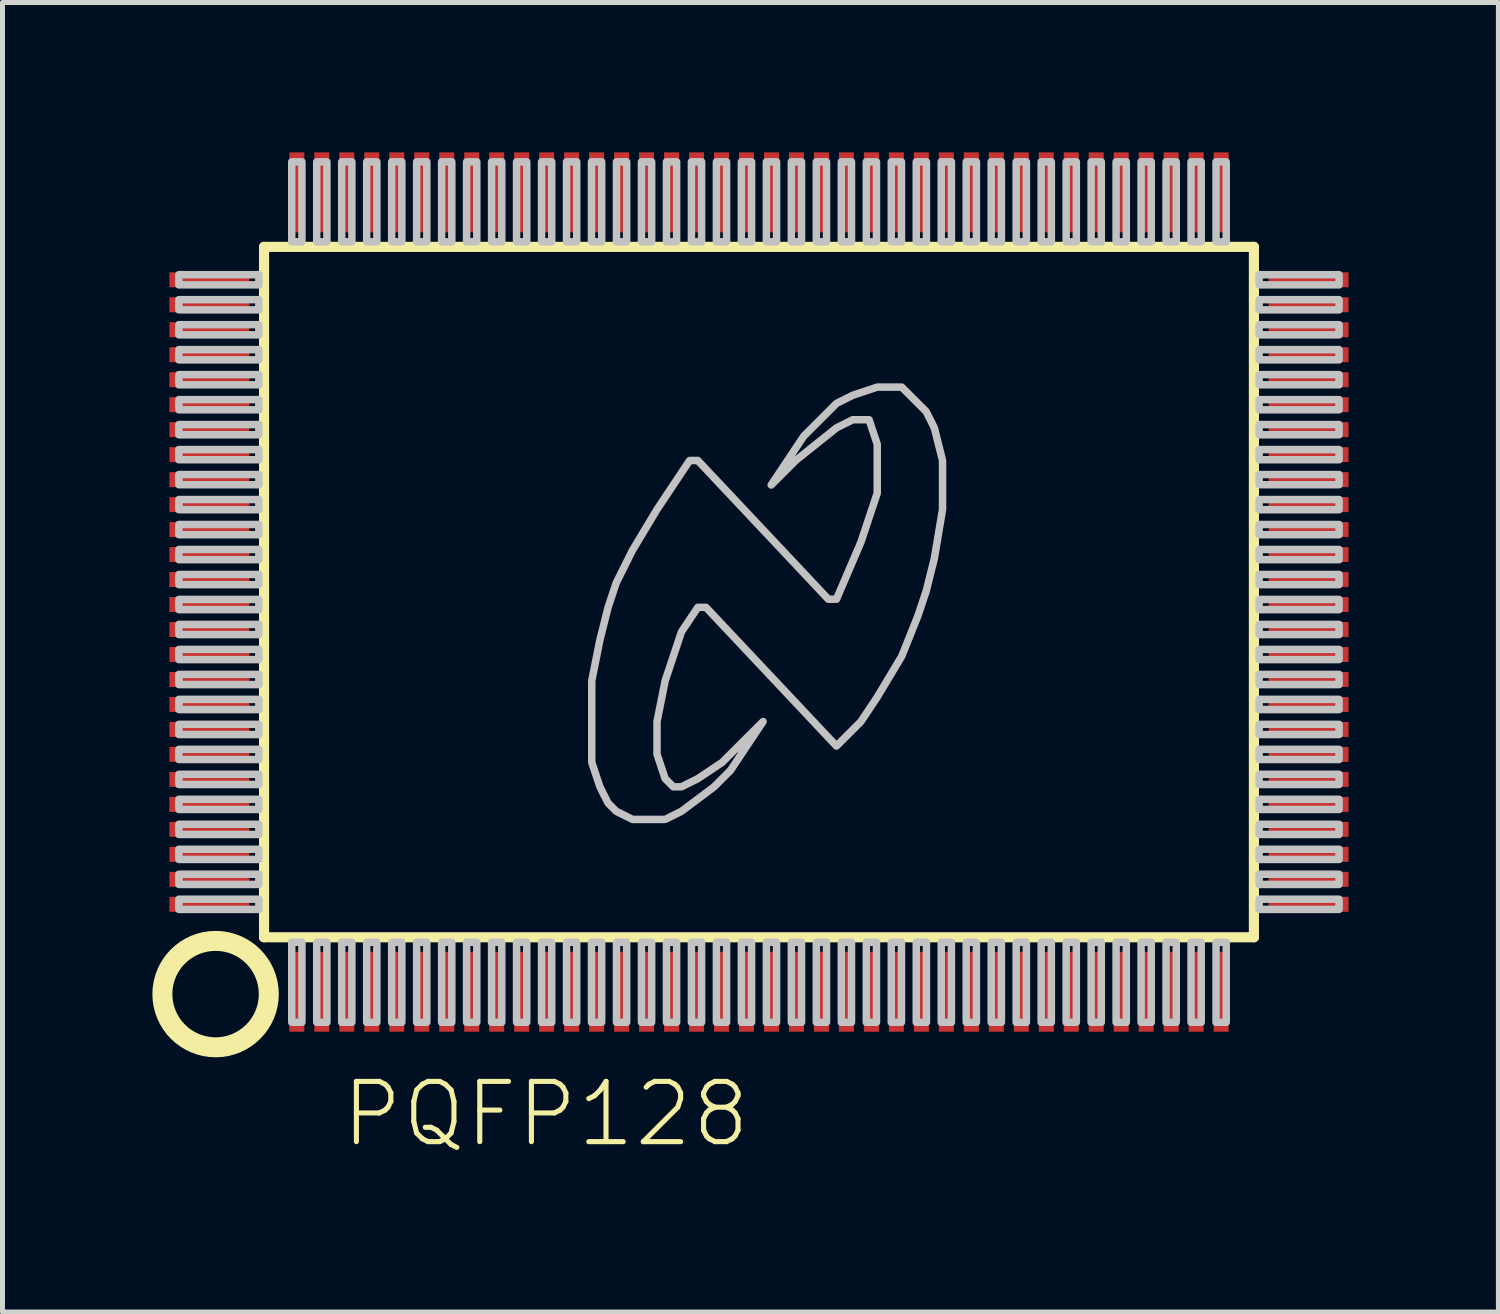
<source format=kicad_pcb>
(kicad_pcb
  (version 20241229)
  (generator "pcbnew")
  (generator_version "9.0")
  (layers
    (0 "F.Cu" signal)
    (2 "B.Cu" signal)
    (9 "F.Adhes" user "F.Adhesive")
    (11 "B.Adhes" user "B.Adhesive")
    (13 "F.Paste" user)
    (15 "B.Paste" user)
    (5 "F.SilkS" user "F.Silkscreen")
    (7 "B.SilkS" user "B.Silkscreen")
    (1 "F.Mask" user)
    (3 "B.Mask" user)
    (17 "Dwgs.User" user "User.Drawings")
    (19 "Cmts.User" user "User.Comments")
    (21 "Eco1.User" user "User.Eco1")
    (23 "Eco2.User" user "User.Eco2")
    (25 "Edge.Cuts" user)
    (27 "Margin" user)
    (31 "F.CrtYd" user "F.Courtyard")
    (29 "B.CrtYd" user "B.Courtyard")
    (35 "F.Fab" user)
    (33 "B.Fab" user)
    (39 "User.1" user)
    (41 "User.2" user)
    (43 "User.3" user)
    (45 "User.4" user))
  (footprint "PQFP128"
    (layer "F.Cu")
    (at 12.141 8.8)
    (property "Reference" "PQFP128" (at -8.412 11.153 0) (layer "F.SilkS") (effects (font (size 1.206 1.206) (thickness 0.102)) (justify left bottom)))
    (attr through_hole)
    (fp_line (start -9.906 -6.909) (end -9.906 6.909) (stroke (width 0.203) (type solid)) (layer "F.SilkS"))
    (fp_line (start -9.906 6.909) (end 9.906 6.909) (stroke (width 0.203) (type solid)) (layer "F.SilkS"))
    (fp_line (start 9.906 -6.909) (end -9.906 -6.909) (stroke (width 0.203) (type solid)) (layer "F.SilkS"))
    (fp_line (start 9.906 6.909) (end 9.906 -6.909) (stroke (width 0.203) (type solid)) (layer "F.SilkS"))
    (fp_circle (center -10.876 8.047) (end -9.87 8.397) (stroke (width 0.4) (type solid)) (fill no) (layer "F.SilkS"))
    (fp_poly (pts (xy -11.611 -6.148) (xy -10.01 -6.148) (xy -10.01 -6.352) (xy -11.611 -6.352)) (stroke (width 0.15) (type solid)) (fill no) (layer "Dwgs.User"))
    (fp_poly (pts (xy -11.611 -5.648) (xy -10.01 -5.648) (xy -10.01 -5.852) (xy -11.611 -5.852)) (stroke (width 0.15) (type solid)) (fill no) (layer "Dwgs.User"))
    (fp_poly (pts (xy -11.611 -5.148) (xy -10.01 -5.148) (xy -10.01 -5.352) (xy -11.611 -5.352)) (stroke (width 0.15) (type solid)) (fill no) (layer "Dwgs.User"))
    (fp_poly (pts (xy -11.611 -4.648) (xy -10.01 -4.648) (xy -10.01 -4.852) (xy -11.611 -4.852)) (stroke (width 0.15) (type solid)) (fill no) (layer "Dwgs.User"))
    (fp_poly (pts (xy -11.611 -4.148) (xy -10.01 -4.148) (xy -10.01 -4.352) (xy -11.611 -4.352)) (stroke (width 0.15) (type solid)) (fill no) (layer "Dwgs.User"))
    (fp_poly (pts (xy -11.611 -3.648) (xy -10.01 -3.648) (xy -10.01 -3.852) (xy -11.611 -3.852)) (stroke (width 0.15) (type solid)) (fill no) (layer "Dwgs.User"))
    (fp_poly (pts (xy -11.611 -3.148) (xy -10.01 -3.148) (xy -10.01 -3.352) (xy -11.611 -3.352)) (stroke (width 0.15) (type solid)) (fill no) (layer "Dwgs.User"))
    (fp_poly (pts (xy -11.611 -2.648) (xy -10.01 -2.648) (xy -10.01 -2.852) (xy -11.611 -2.852)) (stroke (width 0.15) (type solid)) (fill no) (layer "Dwgs.User"))
    (fp_poly (pts (xy -11.611 -2.148) (xy -10.01 -2.148) (xy -10.01 -2.352) (xy -11.611 -2.352)) (stroke (width 0.15) (type solid)) (fill no) (layer "Dwgs.User"))
    (fp_poly (pts (xy -11.611 -1.648) (xy -10.01 -1.648) (xy -10.01 -1.852) (xy -11.611 -1.852)) (stroke (width 0.15) (type solid)) (fill no) (layer "Dwgs.User"))
    (fp_poly (pts (xy -11.611 -1.148) (xy -10.01 -1.148) (xy -10.01 -1.352) (xy -11.611 -1.352)) (stroke (width 0.15) (type solid)) (fill no) (layer "Dwgs.User"))
    (fp_poly (pts (xy -11.611 -0.648) (xy -10.01 -0.648) (xy -10.01 -0.852) (xy -11.611 -0.852)) (stroke (width 0.15) (type solid)) (fill no) (layer "Dwgs.User"))
    (fp_poly (pts (xy -11.611 -0.148) (xy -10.01 -0.148) (xy -10.01 -0.352) (xy -11.611 -0.352)) (stroke (width 0.15) (type solid)) (fill no) (layer "Dwgs.User"))
    (fp_poly (pts (xy -11.611 0.352) (xy -10.01 0.352) (xy -10.01 0.148) (xy -11.611 0.148)) (stroke (width 0.15) (type solid)) (fill no) (layer "Dwgs.User"))
    (fp_poly (pts (xy -11.611 0.852) (xy -10.01 0.852) (xy -10.01 0.648) (xy -11.611 0.648)) (stroke (width 0.15) (type solid)) (fill no) (layer "Dwgs.User"))
    (fp_poly (pts (xy -11.611 1.352) (xy -10.01 1.352) (xy -10.01 1.148) (xy -11.611 1.148)) (stroke (width 0.15) (type solid)) (fill no) (layer "Dwgs.User"))
    (fp_poly (pts (xy -11.611 1.852) (xy -10.01 1.852) (xy -10.01 1.648) (xy -11.611 1.648)) (stroke (width 0.15) (type solid)) (fill no) (layer "Dwgs.User"))
    (fp_poly (pts (xy -11.611 2.352) (xy -10.01 2.352) (xy -10.01 2.148) (xy -11.611 2.148)) (stroke (width 0.15) (type solid)) (fill no) (layer "Dwgs.User"))
    (fp_poly (pts (xy -11.611 2.852) (xy -10.01 2.852) (xy -10.01 2.648) (xy -11.611 2.648)) (stroke (width 0.15) (type solid)) (fill no) (layer "Dwgs.User"))
    (fp_poly (pts (xy -11.611 3.352) (xy -10.01 3.352) (xy -10.01 3.148) (xy -11.611 3.148)) (stroke (width 0.15) (type solid)) (fill no) (layer "Dwgs.User"))
    (fp_poly (pts (xy -11.611 3.852) (xy -10.01 3.852) (xy -10.01 3.648) (xy -11.611 3.648)) (stroke (width 0.15) (type solid)) (fill no) (layer "Dwgs.User"))
    (fp_poly (pts (xy -11.611 4.352) (xy -10.01 4.352) (xy -10.01 4.148) (xy -11.611 4.148)) (stroke (width 0.15) (type solid)) (fill no) (layer "Dwgs.User"))
    (fp_poly (pts (xy -11.611 4.852) (xy -10.01 4.852) (xy -10.01 4.648) (xy -11.611 4.648)) (stroke (width 0.15) (type solid)) (fill no) (layer "Dwgs.User"))
    (fp_poly (pts (xy -11.611 5.352) (xy -10.01 5.352) (xy -10.01 5.148) (xy -11.611 5.148)) (stroke (width 0.15) (type solid)) (fill no) (layer "Dwgs.User"))
    (fp_poly (pts (xy -11.611 5.852) (xy -10.01 5.852) (xy -10.01 5.648) (xy -11.611 5.648)) (stroke (width 0.15) (type solid)) (fill no) (layer "Dwgs.User"))
    (fp_poly (pts (xy -11.611 6.352) (xy -10.01 6.352) (xy -10.01 6.148) (xy -11.611 6.148)) (stroke (width 0.15) (type solid)) (fill no) (layer "Dwgs.User"))
    (fp_poly (pts (xy -9.352 -7.01) (xy -9.148 -7.01) (xy -9.148 -8.611) (xy -9.352 -8.611)) (stroke (width 0.15) (type solid)) (fill no) (layer "Dwgs.User"))
    (fp_poly (pts (xy -9.352 8.611) (xy -9.148 8.611) (xy -9.148 7.01) (xy -9.352 7.01)) (stroke (width 0.15) (type solid)) (fill no) (layer "Dwgs.User"))
    (fp_poly (pts (xy -8.852 -7.01) (xy -8.648 -7.01) (xy -8.648 -8.611) (xy -8.852 -8.611)) (stroke (width 0.15) (type solid)) (fill no) (layer "Dwgs.User"))
    (fp_poly (pts (xy -8.852 8.611) (xy -8.648 8.611) (xy -8.648 7.01) (xy -8.852 7.01)) (stroke (width 0.15) (type solid)) (fill no) (layer "Dwgs.User"))
    (fp_poly (pts (xy -8.352 -7.01) (xy -8.148 -7.01) (xy -8.148 -8.611) (xy -8.352 -8.611)) (stroke (width 0.15) (type solid)) (fill no) (layer "Dwgs.User"))
    (fp_poly (pts (xy -8.352 8.611) (xy -8.148 8.611) (xy -8.148 7.01) (xy -8.352 7.01)) (stroke (width 0.15) (type solid)) (fill no) (layer "Dwgs.User"))
    (fp_poly (pts (xy -7.852 -7.01) (xy -7.648 -7.01) (xy -7.648 -8.611) (xy -7.852 -8.611)) (stroke (width 0.15) (type solid)) (fill no) (layer "Dwgs.User"))
    (fp_poly (pts (xy -7.852 8.611) (xy -7.648 8.611) (xy -7.648 7.01) (xy -7.852 7.01)) (stroke (width 0.15) (type solid)) (fill no) (layer "Dwgs.User"))
    (fp_poly (pts (xy -7.352 -7.01) (xy -7.148 -7.01) (xy -7.148 -8.611) (xy -7.352 -8.611)) (stroke (width 0.15) (type solid)) (fill no) (layer "Dwgs.User"))
    (fp_poly (pts (xy -7.352 8.611) (xy -7.148 8.611) (xy -7.148 7.01) (xy -7.352 7.01)) (stroke (width 0.15) (type solid)) (fill no) (layer "Dwgs.User"))
    (fp_poly (pts (xy -6.852 -7.01) (xy -6.648 -7.01) (xy -6.648 -8.611) (xy -6.852 -8.611)) (stroke (width 0.15) (type solid)) (fill no) (layer "Dwgs.User"))
    (fp_poly (pts (xy -6.852 8.611) (xy -6.648 8.611) (xy -6.648 7.01) (xy -6.852 7.01)) (stroke (width 0.15) (type solid)) (fill no) (layer "Dwgs.User"))
    (fp_poly (pts (xy -6.352 -7.01) (xy -6.148 -7.01) (xy -6.148 -8.611) (xy -6.352 -8.611)) (stroke (width 0.15) (type solid)) (fill no) (layer "Dwgs.User"))
    (fp_poly (pts (xy -6.352 8.611) (xy -6.148 8.611) (xy -6.148 7.01) (xy -6.352 7.01)) (stroke (width 0.15) (type solid)) (fill no) (layer "Dwgs.User"))
    (fp_poly (pts (xy -5.852 -7.01) (xy -5.648 -7.01) (xy -5.648 -8.611) (xy -5.852 -8.611)) (stroke (width 0.15) (type solid)) (fill no) (layer "Dwgs.User"))
    (fp_poly (pts (xy -5.852 8.611) (xy -5.648 8.611) (xy -5.648 7.01) (xy -5.852 7.01)) (stroke (width 0.15) (type solid)) (fill no) (layer "Dwgs.User"))
    (fp_poly (pts (xy -5.352 -7.01) (xy -5.148 -7.01) (xy -5.148 -8.611) (xy -5.352 -8.611)) (stroke (width 0.15) (type solid)) (fill no) (layer "Dwgs.User"))
    (fp_poly (pts (xy -5.352 8.611) (xy -5.148 8.611) (xy -5.148 7.01) (xy -5.352 7.01)) (stroke (width 0.15) (type solid)) (fill no) (layer "Dwgs.User"))
    (fp_poly (pts (xy -4.852 -7.01) (xy -4.648 -7.01) (xy -4.648 -8.611) (xy -4.852 -8.611)) (stroke (width 0.15) (type solid)) (fill no) (layer "Dwgs.User"))
    (fp_poly (pts (xy -4.852 8.611) (xy -4.648 8.611) (xy -4.648 7.01) (xy -4.852 7.01)) (stroke (width 0.15) (type solid)) (fill no) (layer "Dwgs.User"))
    (fp_poly (pts (xy -4.352 -7.01) (xy -4.148 -7.01) (xy -4.148 -8.611) (xy -4.352 -8.611)) (stroke (width 0.15) (type solid)) (fill no) (layer "Dwgs.User"))
    (fp_poly (pts (xy -4.352 8.611) (xy -4.148 8.611) (xy -4.148 7.01) (xy -4.352 7.01)) (stroke (width 0.15) (type solid)) (fill no) (layer "Dwgs.User"))
    (fp_poly (pts (xy -3.852 -7.01) (xy -3.648 -7.01) (xy -3.648 -8.611) (xy -3.852 -8.611)) (stroke (width 0.15) (type solid)) (fill no) (layer "Dwgs.User"))
    (fp_poly (pts (xy -3.852 8.611) (xy -3.648 8.611) (xy -3.648 7.01) (xy -3.852 7.01)) (stroke (width 0.15) (type solid)) (fill no) (layer "Dwgs.User"))
    (fp_poly (pts (xy -3.352 -7.01) (xy -3.148 -7.01) (xy -3.148 -8.611) (xy -3.352 -8.611)) (stroke (width 0.15) (type solid)) (fill no) (layer "Dwgs.User"))
    (fp_poly (pts (xy -3.352 8.611) (xy -3.148 8.611) (xy -3.148 7.01) (xy -3.352 7.01)) (stroke (width 0.15) (type solid)) (fill no) (layer "Dwgs.User"))
    (fp_poly (pts (xy -2.852 -7.01) (xy -2.648 -7.01) (xy -2.648 -8.611) (xy -2.852 -8.611)) (stroke (width 0.15) (type solid)) (fill no) (layer "Dwgs.User"))
    (fp_poly (pts (xy -2.852 8.611) (xy -2.648 8.611) (xy -2.648 7.01) (xy -2.852 7.01)) (stroke (width 0.15) (type solid)) (fill no) (layer "Dwgs.User"))
    (fp_poly (pts (xy -2.352 -7.01) (xy -2.148 -7.01) (xy -2.148 -8.611) (xy -2.352 -8.611)) (stroke (width 0.15) (type solid)) (fill no) (layer "Dwgs.User"))
    (fp_poly (pts (xy -2.352 8.611) (xy -2.148 8.611) (xy -2.148 7.01) (xy -2.352 7.01)) (stroke (width 0.15) (type solid)) (fill no) (layer "Dwgs.User"))
    (fp_poly (pts (xy -1.852 -7.01) (xy -1.648 -7.01) (xy -1.648 -8.611) (xy -1.852 -8.611)) (stroke (width 0.15) (type solid)) (fill no) (layer "Dwgs.User"))
    (fp_poly (pts (xy -1.852 8.611) (xy -1.648 8.611) (xy -1.648 7.01) (xy -1.852 7.01)) (stroke (width 0.15) (type solid)) (fill no) (layer "Dwgs.User"))
    (fp_poly (pts (xy -1.352 -7.01) (xy -1.148 -7.01) (xy -1.148 -8.611) (xy -1.352 -8.611)) (stroke (width 0.15) (type solid)) (fill no) (layer "Dwgs.User"))
    (fp_poly (pts (xy -1.352 8.611) (xy -1.148 8.611) (xy -1.148 7.01) (xy -1.352 7.01)) (stroke (width 0.15) (type solid)) (fill no) (layer "Dwgs.User"))
    (fp_poly (pts (xy -0.852 -7.01) (xy -0.648 -7.01) (xy -0.648 -8.611) (xy -0.852 -8.611)) (stroke (width 0.15) (type solid)) (fill no) (layer "Dwgs.User"))
    (fp_poly (pts (xy -0.852 8.611) (xy -0.648 8.611) (xy -0.648 7.01) (xy -0.852 7.01)) (stroke (width 0.15) (type solid)) (fill no) (layer "Dwgs.User"))
    (fp_poly (pts (xy -0.352 -7.01) (xy -0.148 -7.01) (xy -0.148 -8.611) (xy -0.352 -8.611)) (stroke (width 0.15) (type solid)) (fill no) (layer "Dwgs.User"))
    (fp_poly (pts (xy -0.352 8.611) (xy -0.148 8.611) (xy -0.148 7.01) (xy -0.352 7.01)) (stroke (width 0.15) (type solid)) (fill no) (layer "Dwgs.User"))
    (fp_poly (pts (xy 0.148 -7.01) (xy 0.352 -7.01) (xy 0.352 -8.611) (xy 0.148 -8.611)) (stroke (width 0.15) (type solid)) (fill no) (layer "Dwgs.User"))
    (fp_poly (pts (xy 0.148 8.611) (xy 0.352 8.611) (xy 0.352 7.01) (xy 0.148 7.01)) (stroke (width 0.15) (type solid)) (fill no) (layer "Dwgs.User"))
    (fp_poly (pts (xy 0.648 -7.01) (xy 0.852 -7.01) (xy 0.852 -8.611) (xy 0.648 -8.611)) (stroke (width 0.15) (type solid)) (fill no) (layer "Dwgs.User"))
    (fp_poly (pts (xy 0.648 8.611) (xy 0.852 8.611) (xy 0.852 7.01) (xy 0.648 7.01)) (stroke (width 0.15) (type solid)) (fill no) (layer "Dwgs.User"))
    (fp_poly (pts (xy 1.148 -7.01) (xy 1.352 -7.01) (xy 1.352 -8.611) (xy 1.148 -8.611)) (stroke (width 0.15) (type solid)) (fill no) (layer "Dwgs.User"))
    (fp_poly (pts (xy 1.148 8.611) (xy 1.352 8.611) (xy 1.352 7.01) (xy 1.148 7.01)) (stroke (width 0.15) (type solid)) (fill no) (layer "Dwgs.User"))
    (fp_poly (pts (xy 1.648 -7.01) (xy 1.852 -7.01) (xy 1.852 -8.611) (xy 1.648 -8.611)) (stroke (width 0.15) (type solid)) (fill no) (layer "Dwgs.User"))
    (fp_poly (pts (xy 1.648 8.611) (xy 1.852 8.611) (xy 1.852 7.01) (xy 1.648 7.01)) (stroke (width 0.15) (type solid)) (fill no) (layer "Dwgs.User"))
    (fp_poly (pts (xy 2.148 -7.01) (xy 2.352 -7.01) (xy 2.352 -8.611) (xy 2.148 -8.611)) (stroke (width 0.15) (type solid)) (fill no) (layer "Dwgs.User"))
    (fp_poly (pts (xy 2.148 8.611) (xy 2.352 8.611) (xy 2.352 7.01) (xy 2.148 7.01)) (stroke (width 0.15) (type solid)) (fill no) (layer "Dwgs.User"))
    (fp_poly (pts (xy 2.648 -7.01) (xy 2.852 -7.01) (xy 2.852 -8.611) (xy 2.648 -8.611)) (stroke (width 0.15) (type solid)) (fill no) (layer "Dwgs.User"))
    (fp_poly (pts (xy 2.648 8.611) (xy 2.852 8.611) (xy 2.852 7.01) (xy 2.648 7.01)) (stroke (width 0.15) (type solid)) (fill no) (layer "Dwgs.User"))
    (fp_poly (pts (xy 3.148 -7.01) (xy 3.352 -7.01) (xy 3.352 -8.611) (xy 3.148 -8.611)) (stroke (width 0.15) (type solid)) (fill no) (layer "Dwgs.User"))
    (fp_poly (pts (xy 3.148 8.611) (xy 3.352 8.611) (xy 3.352 7.01) (xy 3.148 7.01)) (stroke (width 0.15) (type solid)) (fill no) (layer "Dwgs.User"))
    (fp_poly (pts (xy 3.648 -7.01) (xy 3.852 -7.01) (xy 3.852 -8.611) (xy 3.648 -8.611)) (stroke (width 0.15) (type solid)) (fill no) (layer "Dwgs.User"))
    (fp_poly (pts (xy 3.648 8.611) (xy 3.852 8.611) (xy 3.852 7.01) (xy 3.648 7.01)) (stroke (width 0.15) (type solid)) (fill no) (layer "Dwgs.User"))
    (fp_poly (pts (xy 4.148 -7.01) (xy 4.352 -7.01) (xy 4.352 -8.611) (xy 4.148 -8.611)) (stroke (width 0.15) (type solid)) (fill no) (layer "Dwgs.User"))
    (fp_poly (pts (xy 4.148 8.611) (xy 4.352 8.611) (xy 4.352 7.01) (xy 4.148 7.01)) (stroke (width 0.15) (type solid)) (fill no) (layer "Dwgs.User"))
    (fp_poly (pts (xy 4.648 -7.01) (xy 4.852 -7.01) (xy 4.852 -8.611) (xy 4.648 -8.611)) (stroke (width 0.15) (type solid)) (fill no) (layer "Dwgs.User"))
    (fp_poly (pts (xy 4.648 8.611) (xy 4.852 8.611) (xy 4.852 7.01) (xy 4.648 7.01)) (stroke (width 0.15) (type solid)) (fill no) (layer "Dwgs.User"))
    (fp_poly (pts (xy 5.148 -7.01) (xy 5.352 -7.01) (xy 5.352 -8.611) (xy 5.148 -8.611)) (stroke (width 0.15) (type solid)) (fill no) (layer "Dwgs.User"))
    (fp_poly (pts (xy 5.148 8.611) (xy 5.352 8.611) (xy 5.352 7.01) (xy 5.148 7.01)) (stroke (width 0.15) (type solid)) (fill no) (layer "Dwgs.User"))
    (fp_poly (pts (xy 5.648 -7.01) (xy 5.852 -7.01) (xy 5.852 -8.611) (xy 5.648 -8.611)) (stroke (width 0.15) (type solid)) (fill no) (layer "Dwgs.User"))
    (fp_poly (pts (xy 5.648 8.611) (xy 5.852 8.611) (xy 5.852 7.01) (xy 5.648 7.01)) (stroke (width 0.15) (type solid)) (fill no) (layer "Dwgs.User"))
    (fp_poly (pts (xy 6.148 -7.01) (xy 6.352 -7.01) (xy 6.352 -8.611) (xy 6.148 -8.611)) (stroke (width 0.15) (type solid)) (fill no) (layer "Dwgs.User"))
    (fp_poly (pts (xy 6.148 8.611) (xy 6.352 8.611) (xy 6.352 7.01) (xy 6.148 7.01)) (stroke (width 0.15) (type solid)) (fill no) (layer "Dwgs.User"))
    (fp_poly (pts (xy 6.648 -7.01) (xy 6.852 -7.01) (xy 6.852 -8.611) (xy 6.648 -8.611)) (stroke (width 0.15) (type solid)) (fill no) (layer "Dwgs.User"))
    (fp_poly (pts (xy 6.648 8.611) (xy 6.852 8.611) (xy 6.852 7.01) (xy 6.648 7.01)) (stroke (width 0.15) (type solid)) (fill no) (layer "Dwgs.User"))
    (fp_poly (pts (xy 7.148 -7.01) (xy 7.352 -7.01) (xy 7.352 -8.611) (xy 7.148 -8.611)) (stroke (width 0.15) (type solid)) (fill no) (layer "Dwgs.User"))
    (fp_poly (pts (xy 7.148 8.611) (xy 7.352 8.611) (xy 7.352 7.01) (xy 7.148 7.01)) (stroke (width 0.15) (type solid)) (fill no) (layer "Dwgs.User"))
    (fp_poly (pts (xy 7.648 -7.01) (xy 7.852 -7.01) (xy 7.852 -8.611) (xy 7.648 -8.611)) (stroke (width 0.15) (type solid)) (fill no) (layer "Dwgs.User"))
    (fp_poly (pts (xy 7.648 8.611) (xy 7.852 8.611) (xy 7.852 7.01) (xy 7.648 7.01)) (stroke (width 0.15) (type solid)) (fill no) (layer "Dwgs.User"))
    (fp_poly (pts (xy 8.148 -7.01) (xy 8.352 -7.01) (xy 8.352 -8.611) (xy 8.148 -8.611)) (stroke (width 0.15) (type solid)) (fill no) (layer "Dwgs.User"))
    (fp_poly (pts (xy 8.148 8.611) (xy 8.352 8.611) (xy 8.352 7.01) (xy 8.148 7.01)) (stroke (width 0.15) (type solid)) (fill no) (layer "Dwgs.User"))
    (fp_poly (pts (xy 8.648 -7.01) (xy 8.852 -7.01) (xy 8.852 -8.611) (xy 8.648 -8.611)) (stroke (width 0.15) (type solid)) (fill no) (layer "Dwgs.User"))
    (fp_poly (pts (xy 8.648 8.611) (xy 8.852 8.611) (xy 8.852 7.01) (xy 8.648 7.01)) (stroke (width 0.15) (type solid)) (fill no) (layer "Dwgs.User"))
    (fp_poly (pts (xy 9.148 -7.01) (xy 9.352 -7.01) (xy 9.352 -8.611) (xy 9.148 -8.611)) (stroke (width 0.15) (type solid)) (fill no) (layer "Dwgs.User"))
    (fp_poly (pts (xy 9.148 8.611) (xy 9.352 8.611) (xy 9.352 7.01) (xy 9.148 7.01)) (stroke (width 0.15) (type solid)) (fill no) (layer "Dwgs.User"))
    (fp_poly (pts (xy 10.01 -6.148) (xy 11.611 -6.148) (xy 11.611 -6.352) (xy 10.01 -6.352)) (stroke (width 0.15) (type solid)) (fill no) (layer "Dwgs.User"))
    (fp_poly (pts (xy 10.01 -5.648) (xy 11.611 -5.648) (xy 11.611 -5.852) (xy 10.01 -5.852)) (stroke (width 0.15) (type solid)) (fill no) (layer "Dwgs.User"))
    (fp_poly (pts (xy 10.01 -5.148) (xy 11.611 -5.148) (xy 11.611 -5.352) (xy 10.01 -5.352)) (stroke (width 0.15) (type solid)) (fill no) (layer "Dwgs.User"))
    (fp_poly (pts (xy 10.01 -4.648) (xy 11.611 -4.648) (xy 11.611 -4.852) (xy 10.01 -4.852)) (stroke (width 0.15) (type solid)) (fill no) (layer "Dwgs.User"))
    (fp_poly (pts (xy 10.01 -4.148) (xy 11.611 -4.148) (xy 11.611 -4.352) (xy 10.01 -4.352)) (stroke (width 0.15) (type solid)) (fill no) (layer "Dwgs.User"))
    (fp_poly (pts (xy 10.01 -3.648) (xy 11.611 -3.648) (xy 11.611 -3.852) (xy 10.01 -3.852)) (stroke (width 0.15) (type solid)) (fill no) (layer "Dwgs.User"))
    (fp_poly (pts (xy 10.01 -3.148) (xy 11.611 -3.148) (xy 11.611 -3.352) (xy 10.01 -3.352)) (stroke (width 0.15) (type solid)) (fill no) (layer "Dwgs.User"))
    (fp_poly (pts (xy 10.01 -2.648) (xy 11.611 -2.648) (xy 11.611 -2.852) (xy 10.01 -2.852)) (stroke (width 0.15) (type solid)) (fill no) (layer "Dwgs.User"))
    (fp_poly (pts (xy 10.01 -2.148) (xy 11.611 -2.148) (xy 11.611 -2.352) (xy 10.01 -2.352)) (stroke (width 0.15) (type solid)) (fill no) (layer "Dwgs.User"))
    (fp_poly (pts (xy 10.01 -1.648) (xy 11.611 -1.648) (xy 11.611 -1.852) (xy 10.01 -1.852)) (stroke (width 0.15) (type solid)) (fill no) (layer "Dwgs.User"))
    (fp_poly (pts (xy 10.01 -1.148) (xy 11.611 -1.148) (xy 11.611 -1.352) (xy 10.01 -1.352)) (stroke (width 0.15) (type solid)) (fill no) (layer "Dwgs.User"))
    (fp_poly (pts (xy 10.01 -0.648) (xy 11.611 -0.648) (xy 11.611 -0.852) (xy 10.01 -0.852)) (stroke (width 0.15) (type solid)) (fill no) (layer "Dwgs.User"))
    (fp_poly (pts (xy 10.01 -0.148) (xy 11.611 -0.148) (xy 11.611 -0.352) (xy 10.01 -0.352)) (stroke (width 0.15) (type solid)) (fill no) (layer "Dwgs.User"))
    (fp_poly (pts (xy 10.01 0.352) (xy 11.611 0.352) (xy 11.611 0.148) (xy 10.01 0.148)) (stroke (width 0.15) (type solid)) (fill no) (layer "Dwgs.User"))
    (fp_poly (pts (xy 10.01 0.852) (xy 11.611 0.852) (xy 11.611 0.648) (xy 10.01 0.648)) (stroke (width 0.15) (type solid)) (fill no) (layer "Dwgs.User"))
    (fp_poly (pts (xy 10.01 1.352) (xy 11.611 1.352) (xy 11.611 1.148) (xy 10.01 1.148)) (stroke (width 0.15) (type solid)) (fill no) (layer "Dwgs.User"))
    (fp_poly (pts (xy 10.01 1.852) (xy 11.611 1.852) (xy 11.611 1.648) (xy 10.01 1.648)) (stroke (width 0.15) (type solid)) (fill no) (layer "Dwgs.User"))
    (fp_poly (pts (xy 10.01 2.352) (xy 11.611 2.352) (xy 11.611 2.148) (xy 10.01 2.148)) (stroke (width 0.15) (type solid)) (fill no) (layer "Dwgs.User"))
    (fp_poly (pts (xy 10.01 2.852) (xy 11.611 2.852) (xy 11.611 2.648) (xy 10.01 2.648)) (stroke (width 0.15) (type solid)) (fill no) (layer "Dwgs.User"))
    (fp_poly (pts (xy 10.01 3.352) (xy 11.611 3.352) (xy 11.611 3.148) (xy 10.01 3.148)) (stroke (width 0.15) (type solid)) (fill no) (layer "Dwgs.User"))
    (fp_poly (pts (xy 10.01 3.852) (xy 11.611 3.852) (xy 11.611 3.648) (xy 10.01 3.648)) (stroke (width 0.15) (type solid)) (fill no) (layer "Dwgs.User"))
    (fp_poly (pts (xy 10.01 4.352) (xy 11.611 4.352) (xy 11.611 4.148) (xy 10.01 4.148)) (stroke (width 0.15) (type solid)) (fill no) (layer "Dwgs.User"))
    (fp_poly (pts (xy 10.01 4.852) (xy 11.611 4.852) (xy 11.611 4.648) (xy 10.01 4.648)) (stroke (width 0.15) (type solid)) (fill no) (layer "Dwgs.User"))
    (fp_poly (pts (xy 10.01 5.352) (xy 11.611 5.352) (xy 11.611 5.148) (xy 10.01 5.148)) (stroke (width 0.15) (type solid)) (fill no) (layer "Dwgs.User"))
    (fp_poly (pts (xy 10.01 5.852) (xy 11.611 5.852) (xy 11.611 5.648) (xy 10.01 5.648)) (stroke (width 0.15) (type solid)) (fill no) (layer "Dwgs.User"))
    (fp_poly (pts (xy 10.01 6.352) (xy 11.611 6.352) (xy 11.611 6.148) (xy 10.01 6.148)) (stroke (width 0.15) (type solid)) (fill no) (layer "Dwgs.User"))
    (fp_poly (pts (xy 0.082 2.592) (xy -0.571 3.571) (xy -0.898 3.898) (xy -1.551 4.388) (xy -1.878 4.551) (xy -2.531 4.551) (xy -2.857 4.388) (xy -3.02 4.224) (xy -3.184 3.898) (xy -3.347 3.408) (xy -3.347 1.776) (xy -3.184 0.959) (xy -3.02 0.306) (xy -2.857 -0.184) (xy -2.531 -0.837) (xy -2.041 -1.653) (xy -1.388 -2.633) (xy -1.224 -2.633) (xy 1.388 0.143) (xy 1.551 0.143) (xy 2.041 -1) (xy 2.204 -1.49) (xy 2.367 -1.98) (xy 2.367 -2.959) (xy 2.204 -3.449) (xy 1.877 -3.449) (xy 1.551 -3.286) (xy 0.735 -2.633) (xy 0.245 -2.143) (xy 0.898 -3.122) (xy 1.388 -3.612) (xy 1.551 -3.776) (xy 1.877 -3.939) (xy 2.367 -4.102) (xy 2.857 -4.102) (xy 3.02 -3.939) (xy 3.347 -3.612) (xy 3.51 -3.286) (xy 3.674 -2.633) (xy 3.674 -1.653) (xy 3.51 -0.673) (xy 3.347 -0.02) (xy 3.184 0.469) (xy 2.857 1.286) (xy 2.367 2.102) (xy 2.041 2.592) (xy 1.551 3.082) (xy -1.061 0.306) (xy -1.224 0.306) (xy -1.551 0.796) (xy -1.878 1.776) (xy -2.041 2.592) (xy -2.041 3.245) (xy -1.878 3.735) (xy -1.714 3.898) (xy -1.551 3.898) (xy -1.224 3.735) (xy -0.735 3.408) (xy -0.245 2.918)) (stroke (width 0.15) (type solid)) (fill no) (layer "Dwgs.User"))
    (pad "1" smd rect (at -9.25 8) (size 0.3 1.6) (layers "F.Cu" "F.Mask" "F.Paste"))
    (pad "2" smd rect (at -8.75 8) (size 0.3 1.6) (layers "F.Cu" "F.Mask" "F.Paste"))
    (pad "3" smd rect (at -8.25 8) (size 0.3 1.6) (layers "F.Cu" "F.Mask" "F.Paste"))
    (pad "4" smd rect (at -7.75 8) (size 0.3 1.6) (layers "F.Cu" "F.Mask" "F.Paste"))
    (pad "5" smd rect (at -7.25 8) (size 0.3 1.6) (layers "F.Cu" "F.Mask" "F.Paste"))
    (pad "6" smd rect (at -6.75 8) (size 0.3 1.6) (layers "F.Cu" "F.Mask" "F.Paste"))
    (pad "7" smd rect (at -6.25 8) (size 0.3 1.6) (layers "F.Cu" "F.Mask" "F.Paste"))
    (pad "8" smd rect (at -5.75 8) (size 0.3 1.6) (layers "F.Cu" "F.Mask" "F.Paste"))
    (pad "9" smd rect (at -5.25 8) (size 0.3 1.6) (layers "F.Cu" "F.Mask" "F.Paste"))
    (pad "10" smd rect (at -4.75 8) (size 0.3 1.6) (layers "F.Cu" "F.Mask" "F.Paste"))
    (pad "11" smd rect (at -4.25 8) (size 0.3 1.6) (layers "F.Cu" "F.Mask" "F.Paste"))
    (pad "12" smd rect (at -3.75 8) (size 0.3 1.6) (layers "F.Cu" "F.Mask" "F.Paste"))
    (pad "13" smd rect (at -3.25 8) (size 0.3 1.6) (layers "F.Cu" "F.Mask" "F.Paste"))
    (pad "14" smd rect (at -2.75 8) (size 0.3 1.6) (layers "F.Cu" "F.Mask" "F.Paste"))
    (pad "15" smd rect (at -2.25 8) (size 0.3 1.6) (layers "F.Cu" "F.Mask" "F.Paste"))
    (pad "16" smd rect (at -1.75 8) (size 0.3 1.6) (layers "F.Cu" "F.Mask" "F.Paste"))
    (pad "17" smd rect (at -1.25 8) (size 0.3 1.6) (layers "F.Cu" "F.Mask" "F.Paste"))
    (pad "18" smd rect (at -0.75 8) (size 0.3 1.6) (layers "F.Cu" "F.Mask" "F.Paste"))
    (pad "19" smd rect (at -0.25 8) (size 0.3 1.6) (layers "F.Cu" "F.Mask" "F.Paste"))
    (pad "20" smd rect (at 0.25 8) (size 0.3 1.6) (layers "F.Cu" "F.Mask" "F.Paste"))
    (pad "21" smd rect (at 0.75 8) (size 0.3 1.6) (layers "F.Cu" "F.Mask" "F.Paste"))
    (pad "22" smd rect (at 1.25 8) (size 0.3 1.6) (layers "F.Cu" "F.Mask" "F.Paste"))
    (pad "23" smd rect (at 1.75 8) (size 0.3 1.6) (layers "F.Cu" "F.Mask" "F.Paste"))
    (pad "24" smd rect (at 2.25 8) (size 0.3 1.6) (layers "F.Cu" "F.Mask" "F.Paste"))
    (pad "25" smd rect (at 2.75 8) (size 0.3 1.6) (layers "F.Cu" "F.Mask" "F.Paste"))
    (pad "26" smd rect (at 3.25 8) (size 0.3 1.6) (layers "F.Cu" "F.Mask" "F.Paste"))
    (pad "27" smd rect (at 3.75 8) (size 0.3 1.6) (layers "F.Cu" "F.Mask" "F.Paste"))
    (pad "28" smd rect (at 4.25 8) (size 0.3 1.6) (layers "F.Cu" "F.Mask" "F.Paste"))
    (pad "29" smd rect (at 4.75 8) (size 0.3 1.6) (layers "F.Cu" "F.Mask" "F.Paste"))
    (pad "30" smd rect (at 5.25 8) (size 0.3 1.6) (layers "F.Cu" "F.Mask" "F.Paste"))
    (pad "31" smd rect (at 5.75 8) (size 0.3 1.6) (layers "F.Cu" "F.Mask" "F.Paste"))
    (pad "32" smd rect (at 6.25 8) (size 0.3 1.6) (layers "F.Cu" "F.Mask" "F.Paste"))
    (pad "33" smd rect (at 6.75 8) (size 0.3 1.6) (layers "F.Cu" "F.Mask" "F.Paste"))
    (pad "34" smd rect (at 7.25 8) (size 0.3 1.6) (layers "F.Cu" "F.Mask" "F.Paste"))
    (pad "35" smd rect (at 7.75 8) (size 0.3 1.6) (layers "F.Cu" "F.Mask" "F.Paste"))
    (pad "36" smd rect (at 8.25 8) (size 0.3 1.6) (layers "F.Cu" "F.Mask" "F.Paste"))
    (pad "37" smd rect (at 8.75 8) (size 0.3 1.6) (layers "F.Cu" "F.Mask" "F.Paste"))
    (pad "38" smd rect (at 9.25 8) (size 0.3 1.6) (layers "F.Cu" "F.Mask" "F.Paste"))
    (pad "39" smd rect (at 11 6.25) (size 1.6 0.3) (layers "F.Cu" "F.Mask" "F.Paste"))
    (pad "40" smd rect (at 11 5.75) (size 1.6 0.3) (layers "F.Cu" "F.Mask" "F.Paste"))
    (pad "41" smd rect (at 11 5.25) (size 1.6 0.3) (layers "F.Cu" "F.Mask" "F.Paste"))
    (pad "42" smd rect (at 11 4.75) (size 1.6 0.3) (layers "F.Cu" "F.Mask" "F.Paste"))
    (pad "43" smd rect (at 11 4.25) (size 1.6 0.3) (layers "F.Cu" "F.Mask" "F.Paste"))
    (pad "44" smd rect (at 11 3.75) (size 1.6 0.3) (layers "F.Cu" "F.Mask" "F.Paste"))
    (pad "45" smd rect (at 11 3.25) (size 1.6 0.3) (layers "F.Cu" "F.Mask" "F.Paste"))
    (pad "46" smd rect (at 11 2.75) (size 1.6 0.3) (layers "F.Cu" "F.Mask" "F.Paste"))
    (pad "47" smd rect (at 11 2.25) (size 1.6 0.3) (layers "F.Cu" "F.Mask" "F.Paste"))
    (pad "48" smd rect (at 11 1.75) (size 1.6 0.3) (layers "F.Cu" "F.Mask" "F.Paste"))
    (pad "49" smd rect (at 11 1.25) (size 1.6 0.3) (layers "F.Cu" "F.Mask" "F.Paste"))
    (pad "50" smd rect (at 11 0.75) (size 1.6 0.3) (layers "F.Cu" "F.Mask" "F.Paste"))
    (pad "51" smd rect (at 11 0.25) (size 1.6 0.3) (layers "F.Cu" "F.Mask" "F.Paste"))
    (pad "52" smd rect (at 11 -0.25) (size 1.6 0.3) (layers "F.Cu" "F.Mask" "F.Paste"))
    (pad "53" smd rect (at 11 -0.75) (size 1.6 0.3) (layers "F.Cu" "F.Mask" "F.Paste"))
    (pad "54" smd rect (at 11 -1.25) (size 1.6 0.3) (layers "F.Cu" "F.Mask" "F.Paste"))
    (pad "55" smd rect (at 11 -1.75) (size 1.6 0.3) (layers "F.Cu" "F.Mask" "F.Paste"))
    (pad "56" smd rect (at 11 -2.25) (size 1.6 0.3) (layers "F.Cu" "F.Mask" "F.Paste"))
    (pad "57" smd rect (at 11 -2.75) (size 1.6 0.3) (layers "F.Cu" "F.Mask" "F.Paste"))
    (pad "58" smd rect (at 11 -3.25) (size 1.6 0.3) (layers "F.Cu" "F.Mask" "F.Paste"))
    (pad "59" smd rect (at 11 -3.75) (size 1.6 0.3) (layers "F.Cu" "F.Mask" "F.Paste"))
    (pad "60" smd rect (at 11 -4.25) (size 1.6 0.3) (layers "F.Cu" "F.Mask" "F.Paste"))
    (pad "61" smd rect (at 11 -4.75) (size 1.6 0.3) (layers "F.Cu" "F.Mask" "F.Paste"))
    (pad "62" smd rect (at 11 -5.25) (size 1.6 0.3) (layers "F.Cu" "F.Mask" "F.Paste"))
    (pad "63" smd rect (at 11 -5.75) (size 1.6 0.3) (layers "F.Cu" "F.Mask" "F.Paste"))
    (pad "64" smd rect (at 11 -6.25) (size 1.6 0.3) (layers "F.Cu" "F.Mask" "F.Paste"))
    (pad "65" smd rect (at 9.25 -8) (size 0.3 1.6) (layers "F.Cu" "F.Mask" "F.Paste"))
    (pad "66" smd rect (at 8.75 -8) (size 0.3 1.6) (layers "F.Cu" "F.Mask" "F.Paste"))
    (pad "67" smd rect (at 8.25 -8) (size 0.3 1.6) (layers "F.Cu" "F.Mask" "F.Paste"))
    (pad "68" smd rect (at 7.75 -8) (size 0.3 1.6) (layers "F.Cu" "F.Mask" "F.Paste"))
    (pad "69" smd rect (at 7.25 -8) (size 0.3 1.6) (layers "F.Cu" "F.Mask" "F.Paste"))
    (pad "70" smd rect (at 6.75 -8) (size 0.3 1.6) (layers "F.Cu" "F.Mask" "F.Paste"))
    (pad "71" smd rect (at 6.25 -8) (size 0.3 1.6) (layers "F.Cu" "F.Mask" "F.Paste"))
    (pad "72" smd rect (at 5.75 -8) (size 0.3 1.6) (layers "F.Cu" "F.Mask" "F.Paste"))
    (pad "73" smd rect (at 5.25 -8) (size 0.3 1.6) (layers "F.Cu" "F.Mask" "F.Paste"))
    (pad "74" smd rect (at 4.75 -8) (size 0.3 1.6) (layers "F.Cu" "F.Mask" "F.Paste"))
    (pad "75" smd rect (at 4.25 -8) (size 0.3 1.6) (layers "F.Cu" "F.Mask" "F.Paste"))
    (pad "76" smd rect (at 3.75 -8) (size 0.3 1.6) (layers "F.Cu" "F.Mask" "F.Paste"))
    (pad "77" smd rect (at 3.25 -8) (size 0.3 1.6) (layers "F.Cu" "F.Mask" "F.Paste"))
    (pad "78" smd rect (at 2.75 -8) (size 0.3 1.6) (layers "F.Cu" "F.Mask" "F.Paste"))
    (pad "79" smd rect (at 2.25 -8) (size 0.3 1.6) (layers "F.Cu" "F.Mask" "F.Paste"))
    (pad "80" smd rect (at 1.75 -8) (size 0.3 1.6) (layers "F.Cu" "F.Mask" "F.Paste"))
    (pad "81" smd rect (at 1.25 -8) (size 0.3 1.6) (layers "F.Cu" "F.Mask" "F.Paste"))
    (pad "82" smd rect (at 0.75 -8) (size 0.3 1.6) (layers "F.Cu" "F.Mask" "F.Paste"))
    (pad "83" smd rect (at 0.25 -8) (size 0.3 1.6) (layers "F.Cu" "F.Mask" "F.Paste"))
    (pad "84" smd rect (at -0.25 -8) (size 0.3 1.6) (layers "F.Cu" "F.Mask" "F.Paste"))
    (pad "85" smd rect (at -0.75 -8) (size 0.3 1.6) (layers "F.Cu" "F.Mask" "F.Paste"))
    (pad "86" smd rect (at -1.25 -8) (size 0.3 1.6) (layers "F.Cu" "F.Mask" "F.Paste"))
    (pad "87" smd rect (at -1.75 -8) (size 0.3 1.6) (layers "F.Cu" "F.Mask" "F.Paste"))
    (pad "88" smd rect (at -2.25 -8) (size 0.3 1.6) (layers "F.Cu" "F.Mask" "F.Paste"))
    (pad "89" smd rect (at -2.75 -8) (size 0.3 1.6) (layers "F.Cu" "F.Mask" "F.Paste"))
    (pad "90" smd rect (at -3.25 -8) (size 0.3 1.6) (layers "F.Cu" "F.Mask" "F.Paste"))
    (pad "91" smd rect (at -3.75 -8) (size 0.3 1.6) (layers "F.Cu" "F.Mask" "F.Paste"))
    (pad "92" smd rect (at -4.25 -8) (size 0.3 1.6) (layers "F.Cu" "F.Mask" "F.Paste"))
    (pad "93" smd rect (at -4.75 -8) (size 0.3 1.6) (layers "F.Cu" "F.Mask" "F.Paste"))
    (pad "94" smd rect (at -5.25 -8) (size 0.3 1.6) (layers "F.Cu" "F.Mask" "F.Paste"))
    (pad "95" smd rect (at -5.75 -8) (size 0.3 1.6) (layers "F.Cu" "F.Mask" "F.Paste"))
    (pad "96" smd rect (at -6.25 -8) (size 0.3 1.6) (layers "F.Cu" "F.Mask" "F.Paste"))
    (pad "97" smd rect (at -6.75 -8) (size 0.3 1.6) (layers "F.Cu" "F.Mask" "F.Paste"))
    (pad "98" smd rect (at -7.25 -8) (size 0.3 1.6) (layers "F.Cu" "F.Mask" "F.Paste"))
    (pad "99" smd rect (at -7.75 -8) (size 0.3 1.6) (layers "F.Cu" "F.Mask" "F.Paste"))
    (pad "100" smd rect (at -8.25 -8) (size 0.3 1.6) (layers "F.Cu" "F.Mask" "F.Paste"))
    (pad "101" smd rect (at -8.75 -8) (size 0.3 1.6) (layers "F.Cu" "F.Mask" "F.Paste"))
    (pad "102" smd rect (at -9.25 -8) (size 0.3 1.6) (layers "F.Cu" "F.Mask" "F.Paste"))
    (pad "103" smd rect (at -11 -6.25) (size 1.6 0.3) (layers "F.Cu" "F.Mask" "F.Paste"))
    (pad "104" smd rect (at -11 -5.75) (size 1.6 0.3) (layers "F.Cu" "F.Mask" "F.Paste"))
    (pad "105" smd rect (at -11 -5.25) (size 1.6 0.3) (layers "F.Cu" "F.Mask" "F.Paste"))
    (pad "106" smd rect (at -11 -4.75) (size 1.6 0.3) (layers "F.Cu" "F.Mask" "F.Paste"))
    (pad "107" smd rect (at -11 -4.25) (size 1.6 0.3) (layers "F.Cu" "F.Mask" "F.Paste"))
    (pad "108" smd rect (at -11 -3.75) (size 1.6 0.3) (layers "F.Cu" "F.Mask" "F.Paste"))
    (pad "109" smd rect (at -11 -3.25) (size 1.6 0.3) (layers "F.Cu" "F.Mask" "F.Paste"))
    (pad "110" smd rect (at -11 -2.75) (size 1.6 0.3) (layers "F.Cu" "F.Mask" "F.Paste"))
    (pad "111" smd rect (at -11 -2.25) (size 1.6 0.3) (layers "F.Cu" "F.Mask" "F.Paste"))
    (pad "112" smd rect (at -11 -1.75) (size 1.6 0.3) (layers "F.Cu" "F.Mask" "F.Paste"))
    (pad "113" smd rect (at -11 -1.25) (size 1.6 0.3) (layers "F.Cu" "F.Mask" "F.Paste"))
    (pad "114" smd rect (at -11 -0.75) (size 1.6 0.3) (layers "F.Cu" "F.Mask" "F.Paste"))
    (pad "115" smd rect (at -11 -0.25) (size 1.6 0.3) (layers "F.Cu" "F.Mask" "F.Paste"))
    (pad "116" smd rect (at -11 0.25) (size 1.6 0.3) (layers "F.Cu" "F.Mask" "F.Paste"))
    (pad "117" smd rect (at -11 0.75) (size 1.6 0.3) (layers "F.Cu" "F.Mask" "F.Paste"))
    (pad "118" smd rect (at -11 1.25) (size 1.6 0.3) (layers "F.Cu" "F.Mask" "F.Paste"))
    (pad "119" smd rect (at -11 1.75) (size 1.6 0.3) (layers "F.Cu" "F.Mask" "F.Paste"))
    (pad "120" smd rect (at -11 2.25) (size 1.6 0.3) (layers "F.Cu" "F.Mask" "F.Paste"))
    (pad "121" smd rect (at -11 2.75) (size 1.6 0.3) (layers "F.Cu" "F.Mask" "F.Paste"))
    (pad "122" smd rect (at -11 3.25) (size 1.6 0.3) (layers "F.Cu" "F.Mask" "F.Paste"))
    (pad "123" smd rect (at -11 3.75) (size 1.6 0.3) (layers "F.Cu" "F.Mask" "F.Paste"))
    (pad "124" smd rect (at -11 4.25) (size 1.6 0.3) (layers "F.Cu" "F.Mask" "F.Paste"))
    (pad "125" smd rect (at -11 4.75) (size 1.6 0.3) (layers "F.Cu" "F.Mask" "F.Paste"))
    (pad "126" smd rect (at -11 5.25) (size 1.6 0.3) (layers "F.Cu" "F.Mask" "F.Paste"))
    (pad "127" smd rect (at -11 5.75) (size 1.6 0.3) (layers "F.Cu" "F.Mask" "F.Paste"))
    (pad "128" smd rect (at -11 6.25) (size 1.6 0.3) (layers "F.Cu" "F.Mask" "F.Paste")))
  (gr_rect
    (start -3 -3)
    (end 26.941 23.21)
    (stroke (width 0.1) (type default))
    (fill no)
    (layer "Edge.Cuts")))
</source>
